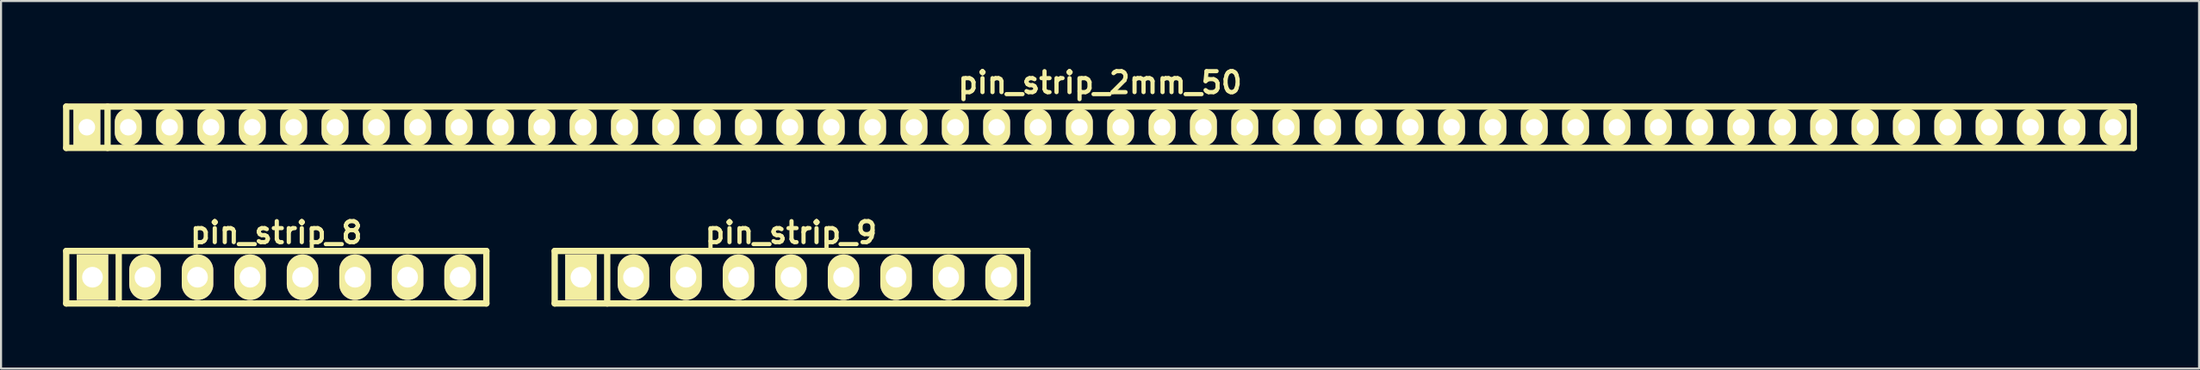
<source format=kicad_pcb>
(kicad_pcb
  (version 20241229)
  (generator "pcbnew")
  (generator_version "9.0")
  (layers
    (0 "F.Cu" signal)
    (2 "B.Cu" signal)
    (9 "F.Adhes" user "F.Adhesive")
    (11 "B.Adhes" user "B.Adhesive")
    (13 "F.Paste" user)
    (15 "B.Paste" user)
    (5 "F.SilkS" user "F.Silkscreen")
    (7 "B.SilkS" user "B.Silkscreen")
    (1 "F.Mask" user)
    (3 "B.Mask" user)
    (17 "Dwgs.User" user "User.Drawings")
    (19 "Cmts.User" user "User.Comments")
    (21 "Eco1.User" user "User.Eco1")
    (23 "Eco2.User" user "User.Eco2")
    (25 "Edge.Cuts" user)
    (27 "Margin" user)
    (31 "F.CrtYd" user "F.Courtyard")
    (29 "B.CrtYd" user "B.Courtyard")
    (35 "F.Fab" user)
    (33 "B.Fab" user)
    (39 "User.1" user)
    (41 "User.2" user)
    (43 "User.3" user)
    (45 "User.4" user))
  (footprint "pin_strip_9"
    (layer "F.Cu")
    (at 35.207 10.372)
    (property "Reference" "pin_strip_9" (at 0 -2.159 0) (layer "F.SilkS") (effects (font (size 1.016 1.016) (thickness 0.203))))
    (attr through_hole)
    (fp_line (start -11.43 -1.27) (end 11.43 -1.27) (stroke (width 0.305) (type solid)) (layer "F.SilkS"))
    (fp_line (start -11.43 1.27) (end -11.43 -1.27) (stroke (width 0.305) (type solid)) (layer "F.SilkS"))
    (fp_line (start -8.89 -1.27) (end -8.89 1.27) (stroke (width 0.305) (type solid)) (layer "F.SilkS"))
    (fp_line (start 11.43 -1.27) (end 11.43 1.27) (stroke (width 0.305) (type solid)) (layer "F.SilkS"))
    (fp_line (start 11.43 1.27) (end -11.43 1.27) (stroke (width 0.305) (type solid)) (layer "F.SilkS"))
    (pad "1" thru_hole rect (at -10.16 0) (size 1.524 2.2) (drill 1.001) (layers "*.Cu" "*.Mask" "F.SilkS"))
    (pad "2" thru_hole oval (at -7.62 0) (size 1.524 2.2) (drill 1.001) (layers "*.Cu" "*.Mask" "F.SilkS"))
    (pad "3" thru_hole oval (at -5.08 0) (size 1.524 2.2) (drill 1.001) (layers "*.Cu" "*.Mask" "F.SilkS"))
    (pad "4" thru_hole oval (at -2.54 0) (size 1.524 2.2) (drill 1.001) (layers "*.Cu" "*.Mask" "F.SilkS"))
    (pad "5" thru_hole oval (at 0 0) (size 1.524 2.2) (drill 1.001) (layers "*.Cu" "*.Mask" "F.SilkS"))
    (pad "6" thru_hole oval (at 2.54 0) (size 1.524 2.2) (drill 1.001) (layers "*.Cu" "*.Mask" "F.SilkS"))
    (pad "7" thru_hole oval (at 5.08 0) (size 1.524 2.2) (drill 1.001) (layers "*.Cu" "*.Mask" "F.SilkS"))
    (pad "8" thru_hole oval (at 7.62 0) (size 1.524 2.2) (drill 1.001) (layers "*.Cu" "*.Mask" "F.SilkS"))
    (pad "9" thru_hole oval (at 10.16 0) (size 1.524 2.2) (drill 1.001) (layers "*.Cu" "*.Mask" "F.SilkS")))
  (footprint "pin_strip_2mm_50"
    (layer "F.Cu")
    (at 50.152 3.11)
    (property "Reference" "pin_strip_2mm_50" (at 0 -2.159 0) (layer "F.SilkS") (effects (font (size 1.016 1.016) (thickness 0.203))))
    (attr through_hole)
    (fp_line (start -50 -1) (end 50 -1) (stroke (width 0.305) (type solid)) (layer "F.SilkS"))
    (fp_line (start -50 1) (end -50 -1) (stroke (width 0.305) (type solid)) (layer "F.SilkS"))
    (fp_line (start -48 -1) (end -48 1) (stroke (width 0.305) (type solid)) (layer "F.SilkS"))
    (fp_line (start 50 -1) (end 50 1) (stroke (width 0.305) (type solid)) (layer "F.SilkS"))
    (fp_line (start 50 1) (end -50 1) (stroke (width 0.305) (type solid)) (layer "F.SilkS"))
    (pad "1" thru_hole rect (at -49 0) (size 1.3 1.8) (drill 0.8) (layers "*.Cu" "*.Mask" "F.SilkS"))
    (pad "2" thru_hole oval (at -47 0) (size 1.3 1.8) (drill 0.8) (layers "*.Cu" "*.Mask" "F.SilkS"))
    (pad "3" thru_hole oval (at -45 0) (size 1.3 1.8) (drill 0.8) (layers "*.Cu" "*.Mask" "F.SilkS"))
    (pad "4" thru_hole oval (at -43 0) (size 1.3 1.8) (drill 0.8) (layers "*.Cu" "*.Mask" "F.SilkS"))
    (pad "5" thru_hole oval (at -41 0) (size 1.3 1.8) (drill 0.8) (layers "*.Cu" "*.Mask" "F.SilkS"))
    (pad "6" thru_hole oval (at -39 0) (size 1.3 1.8) (drill 0.8) (layers "*.Cu" "*.Mask" "F.SilkS"))
    (pad "7" thru_hole oval (at -37 0) (size 1.3 1.8) (drill 0.8) (layers "*.Cu" "*.Mask" "F.SilkS"))
    (pad "8" thru_hole oval (at -35 0) (size 1.3 1.8) (drill 0.8) (layers "*.Cu" "*.Mask" "F.SilkS"))
    (pad "9" thru_hole oval (at -33 0) (size 1.3 1.8) (drill 0.8) (layers "*.Cu" "*.Mask" "F.SilkS"))
    (pad "10" thru_hole oval (at -31 0) (size 1.3 1.8) (drill 0.8) (layers "*.Cu" "*.Mask" "F.SilkS"))
    (pad "11" thru_hole oval (at -29 0) (size 1.3 1.8) (drill 0.8) (layers "*.Cu" "*.Mask" "F.SilkS"))
    (pad "12" thru_hole oval (at -27 0) (size 1.3 1.8) (drill 0.8) (layers "*.Cu" "*.Mask" "F.SilkS"))
    (pad "13" thru_hole oval (at -25 0) (size 1.3 1.8) (drill 0.8) (layers "*.Cu" "*.Mask" "F.SilkS"))
    (pad "14" thru_hole oval (at -23 0) (size 1.3 1.8) (drill 0.8) (layers "*.Cu" "*.Mask" "F.SilkS"))
    (pad "15" thru_hole oval (at -21 0) (size 1.3 1.8) (drill 0.8) (layers "*.Cu" "*.Mask" "F.SilkS"))
    (pad "16" thru_hole oval (at -19 0) (size 1.3 1.8) (drill 0.8) (layers "*.Cu" "*.Mask" "F.SilkS"))
    (pad "17" thru_hole oval (at -17 0) (size 1.3 1.8) (drill 0.8) (layers "*.Cu" "*.Mask" "F.SilkS"))
    (pad "18" thru_hole oval (at -15 0) (size 1.3 1.8) (drill 0.8) (layers "*.Cu" "*.Mask" "F.SilkS"))
    (pad "19" thru_hole oval (at -13 0) (size 1.3 1.8) (drill 0.8) (layers "*.Cu" "*.Mask" "F.SilkS"))
    (pad "20" thru_hole oval (at -11 0) (size 1.3 1.8) (drill 0.8) (layers "*.Cu" "*.Mask" "F.SilkS"))
    (pad "21" thru_hole oval (at -9 0) (size 1.3 1.8) (drill 0.8) (layers "*.Cu" "*.Mask" "F.SilkS"))
    (pad "22" thru_hole oval (at -7 0) (size 1.3 1.8) (drill 0.8) (layers "*.Cu" "*.Mask" "F.SilkS"))
    (pad "23" thru_hole oval (at -5 0) (size 1.3 1.8) (drill 0.8) (layers "*.Cu" "*.Mask" "F.SilkS"))
    (pad "24" thru_hole oval (at -3 0) (size 1.3 1.8) (drill 0.8) (layers "*.Cu" "*.Mask" "F.SilkS"))
    (pad "25" thru_hole oval (at -1 0) (size 1.3 1.8) (drill 0.8) (layers "*.Cu" "*.Mask" "F.SilkS"))
    (pad "26" thru_hole oval (at 1 0) (size 1.3 1.8) (drill 0.8) (layers "*.Cu" "*.Mask" "F.SilkS"))
    (pad "27" thru_hole oval (at 3 0) (size 1.3 1.8) (drill 0.8) (layers "*.Cu" "*.Mask" "F.SilkS"))
    (pad "28" thru_hole oval (at 5 0) (size 1.3 1.8) (drill 0.8) (layers "*.Cu" "*.Mask" "F.SilkS"))
    (pad "29" thru_hole oval (at 7 0) (size 1.3 1.8) (drill 0.8) (layers "*.Cu" "*.Mask" "F.SilkS"))
    (pad "30" thru_hole oval (at 9 0) (size 1.3 1.8) (drill 0.8) (layers "*.Cu" "*.Mask" "F.SilkS"))
    (pad "31" thru_hole oval (at 11 0) (size 1.3 1.8) (drill 0.8) (layers "*.Cu" "*.Mask" "F.SilkS"))
    (pad "32" thru_hole oval (at 13 0) (size 1.3 1.8) (drill 0.8) (layers "*.Cu" "*.Mask" "F.SilkS"))
    (pad "33" thru_hole oval (at 15 0) (size 1.3 1.8) (drill 0.8) (layers "*.Cu" "*.Mask" "F.SilkS"))
    (pad "34" thru_hole oval (at 17 0) (size 1.3 1.8) (drill 0.8) (layers "*.Cu" "*.Mask" "F.SilkS"))
    (pad "35" thru_hole oval (at 19 0) (size 1.3 1.8) (drill 0.8) (layers "*.Cu" "*.Mask" "F.SilkS"))
    (pad "36" thru_hole oval (at 21 0) (size 1.3 1.8) (drill 0.8) (layers "*.Cu" "*.Mask" "F.SilkS"))
    (pad "37" thru_hole oval (at 23 0) (size 1.3 1.8) (drill 0.8) (layers "*.Cu" "*.Mask" "F.SilkS"))
    (pad "38" thru_hole oval (at 25 0) (size 1.3 1.8) (drill 0.8) (layers "*.Cu" "*.Mask" "F.SilkS"))
    (pad "39" thru_hole oval (at 27 0) (size 1.3 1.8) (drill 0.8) (layers "*.Cu" "*.Mask" "F.SilkS"))
    (pad "40" thru_hole oval (at 29 0) (size 1.3 1.8) (drill 0.8) (layers "*.Cu" "*.Mask" "F.SilkS"))
    (pad "41" thru_hole oval (at 31 0) (size 1.3 1.8) (drill 0.8) (layers "*.Cu" "*.Mask" "F.SilkS"))
    (pad "42" thru_hole oval (at 33 0) (size 1.3 1.8) (drill 0.8) (layers "*.Cu" "*.Mask" "F.SilkS"))
    (pad "43" thru_hole oval (at 35 0) (size 1.3 1.8) (drill 0.8) (layers "*.Cu" "*.Mask" "F.SilkS"))
    (pad "44" thru_hole oval (at 37 0) (size 1.3 1.8) (drill 0.8) (layers "*.Cu" "*.Mask" "F.SilkS"))
    (pad "45" thru_hole oval (at 39 0) (size 1.3 1.8) (drill 0.8) (layers "*.Cu" "*.Mask" "F.SilkS"))
    (pad "46" thru_hole oval (at 41 0) (size 1.3 1.8) (drill 0.8) (layers "*.Cu" "*.Mask" "F.SilkS"))
    (pad "47" thru_hole oval (at 43 0) (size 1.3 1.8) (drill 0.8) (layers "*.Cu" "*.Mask" "F.SilkS"))
    (pad "48" thru_hole oval (at 45 0) (size 1.3 1.8) (drill 0.8) (layers "*.Cu" "*.Mask" "F.SilkS"))
    (pad "49" thru_hole oval (at 47 0) (size 1.3 1.8) (drill 0.8) (layers "*.Cu" "*.Mask" "F.SilkS"))
    (pad "50" thru_hole oval (at 49 0) (size 1.3 1.8) (drill 0.8) (layers "*.Cu" "*.Mask" "F.SilkS")))
  (footprint "pin_strip_8"
    (layer "F.Cu")
    (at 10.312 10.372)
    (property "Reference" "pin_strip_8" (at 0 -2.159 0) (layer "F.SilkS") (effects (font (size 1.016 1.016) (thickness 0.203))))
    (attr through_hole)
    (fp_line (start -10.16 -1.27) (end 10.16 -1.27) (stroke (width 0.305) (type solid)) (layer "F.SilkS"))
    (fp_line (start -10.16 1.27) (end -10.16 -1.27) (stroke (width 0.305) (type solid)) (layer "F.SilkS"))
    (fp_line (start -7.62 -1.27) (end -7.62 1.27) (stroke (width 0.305) (type solid)) (layer "F.SilkS"))
    (fp_line (start 10.16 -1.27) (end 10.16 1.27) (stroke (width 0.305) (type solid)) (layer "F.SilkS"))
    (fp_line (start 10.16 1.27) (end -10.16 1.27) (stroke (width 0.305) (type solid)) (layer "F.SilkS"))
    (pad "1" thru_hole rect (at -8.89 0) (size 1.524 2.2) (drill 1.001) (layers "*.Cu" "*.Mask" "F.SilkS"))
    (pad "2" thru_hole oval (at -6.35 0) (size 1.524 2.2) (drill 1.001) (layers "*.Cu" "*.Mask" "F.SilkS"))
    (pad "3" thru_hole oval (at -3.81 0) (size 1.524 2.2) (drill 1.001) (layers "*.Cu" "*.Mask" "F.SilkS"))
    (pad "4" thru_hole oval (at -1.27 0) (size 1.524 2.2) (drill 1.001) (layers "*.Cu" "*.Mask" "F.SilkS"))
    (pad "5" thru_hole oval (at 1.27 0) (size 1.524 2.2) (drill 1.001) (layers "*.Cu" "*.Mask" "F.SilkS"))
    (pad "6" thru_hole oval (at 3.81 0) (size 1.524 2.2) (drill 1.001) (layers "*.Cu" "*.Mask" "F.SilkS"))
    (pad "7" thru_hole oval (at 6.35 0) (size 1.524 2.2) (drill 1.001) (layers "*.Cu" "*.Mask" "F.SilkS"))
    (pad "8" thru_hole oval (at 8.89 0) (size 1.524 2.2) (drill 1.001) (layers "*.Cu" "*.Mask" "F.SilkS")))
  (gr_rect
    (start -3 -3)
    (end 103.305 14.795)
    (stroke (width 0.1) (type default))
    (fill no)
    (layer "Edge.Cuts")))
</source>
